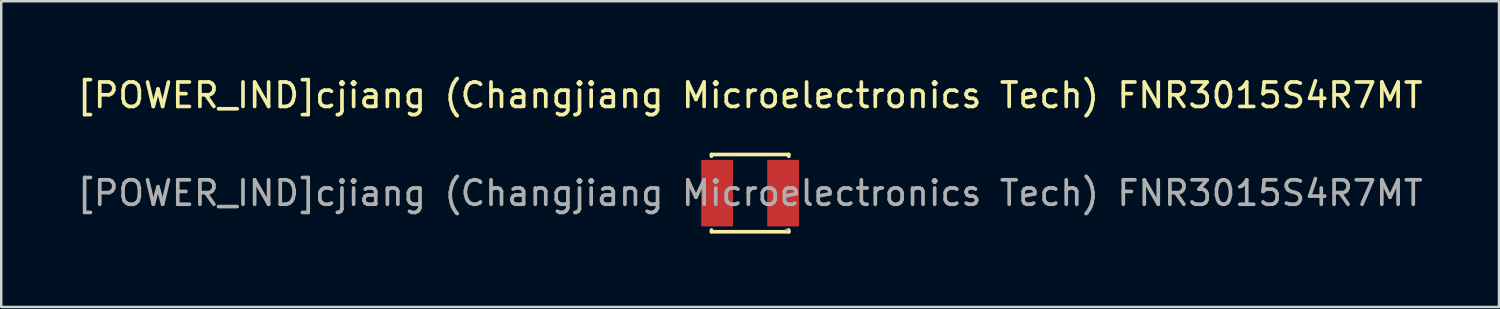
<source format=kicad_pcb>
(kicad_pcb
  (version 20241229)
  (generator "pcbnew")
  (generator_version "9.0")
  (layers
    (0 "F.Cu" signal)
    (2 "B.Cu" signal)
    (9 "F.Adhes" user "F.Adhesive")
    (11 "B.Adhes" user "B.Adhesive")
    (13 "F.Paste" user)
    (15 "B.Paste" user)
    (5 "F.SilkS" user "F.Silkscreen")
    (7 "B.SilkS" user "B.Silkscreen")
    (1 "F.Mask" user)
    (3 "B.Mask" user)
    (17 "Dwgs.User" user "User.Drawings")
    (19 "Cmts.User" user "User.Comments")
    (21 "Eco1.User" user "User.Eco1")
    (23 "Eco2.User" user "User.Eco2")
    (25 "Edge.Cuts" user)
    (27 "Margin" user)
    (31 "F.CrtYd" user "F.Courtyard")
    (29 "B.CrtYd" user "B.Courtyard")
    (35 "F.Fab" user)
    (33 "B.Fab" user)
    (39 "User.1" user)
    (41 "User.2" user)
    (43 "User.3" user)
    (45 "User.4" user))
  (footprint "[POWER_IND]cjiang (Changjiang Microelectronics Tech) FNR3015S4R7MT"
    (layer "F.Cu")
    (at 27.625 4.848)
    (property "Reference" "[POWER_IND]cjiang (Changjiang Microelectronics Tech) FNR3015S4R7MT" (at 0 -4 0) (layer "F.SilkS") (effects (font (size 1 1) (thickness 0.15))))
    (attr smd)
    (fp_line (start -1.58 -1.58) (end 1.58 -1.58) (stroke (width 0.15) (type solid)) (layer "F.SilkS"))
    (fp_line (start -1.58 -1.51) (end -1.58 -1.58) (stroke (width 0.15) (type solid)) (layer "F.SilkS"))
    (fp_line (start -1.58 1.51) (end -1.58 1.58) (stroke (width 0.15) (type solid)) (layer "F.SilkS"))
    (fp_line (start -1.58 1.58) (end 1.58 1.58) (stroke (width 0.15) (type solid)) (layer "F.SilkS"))
    (fp_line (start 1.58 -1.58) (end 1.58 -1.51) (stroke (width 0.15) (type solid)) (layer "F.SilkS"))
    (fp_line (start 1.58 1.58) (end 1.58 1.51) (stroke (width 0.15) (type solid)) (layer "F.SilkS"))
    (fp_circle (center 1.5 1.5) (end 1.53 1.5) (stroke (width 0.06) (type solid)) (fill no) (layer "F.Fab"))
    (fp_text user "${REFERENCE}" (at 0 0 0) (layer "F.Fab") (effects (font (size 1 1) (thickness 0.15))))
    (pad "1" smd rect (at 1.35 0) (size 1.3 2.72) (layers "F.Cu" "F.Mask" "F.Paste"))
    (pad "2" smd rect (at -1.35 0) (size 1.3 2.72) (layers "F.Cu" "F.Mask" "F.Paste")))
  (gr_rect
    (start -3 -3)
    (end 58.25 9.503)
    (stroke (width 0.1) (type default))
    (fill no)
    (layer "Edge.Cuts")))
</source>
